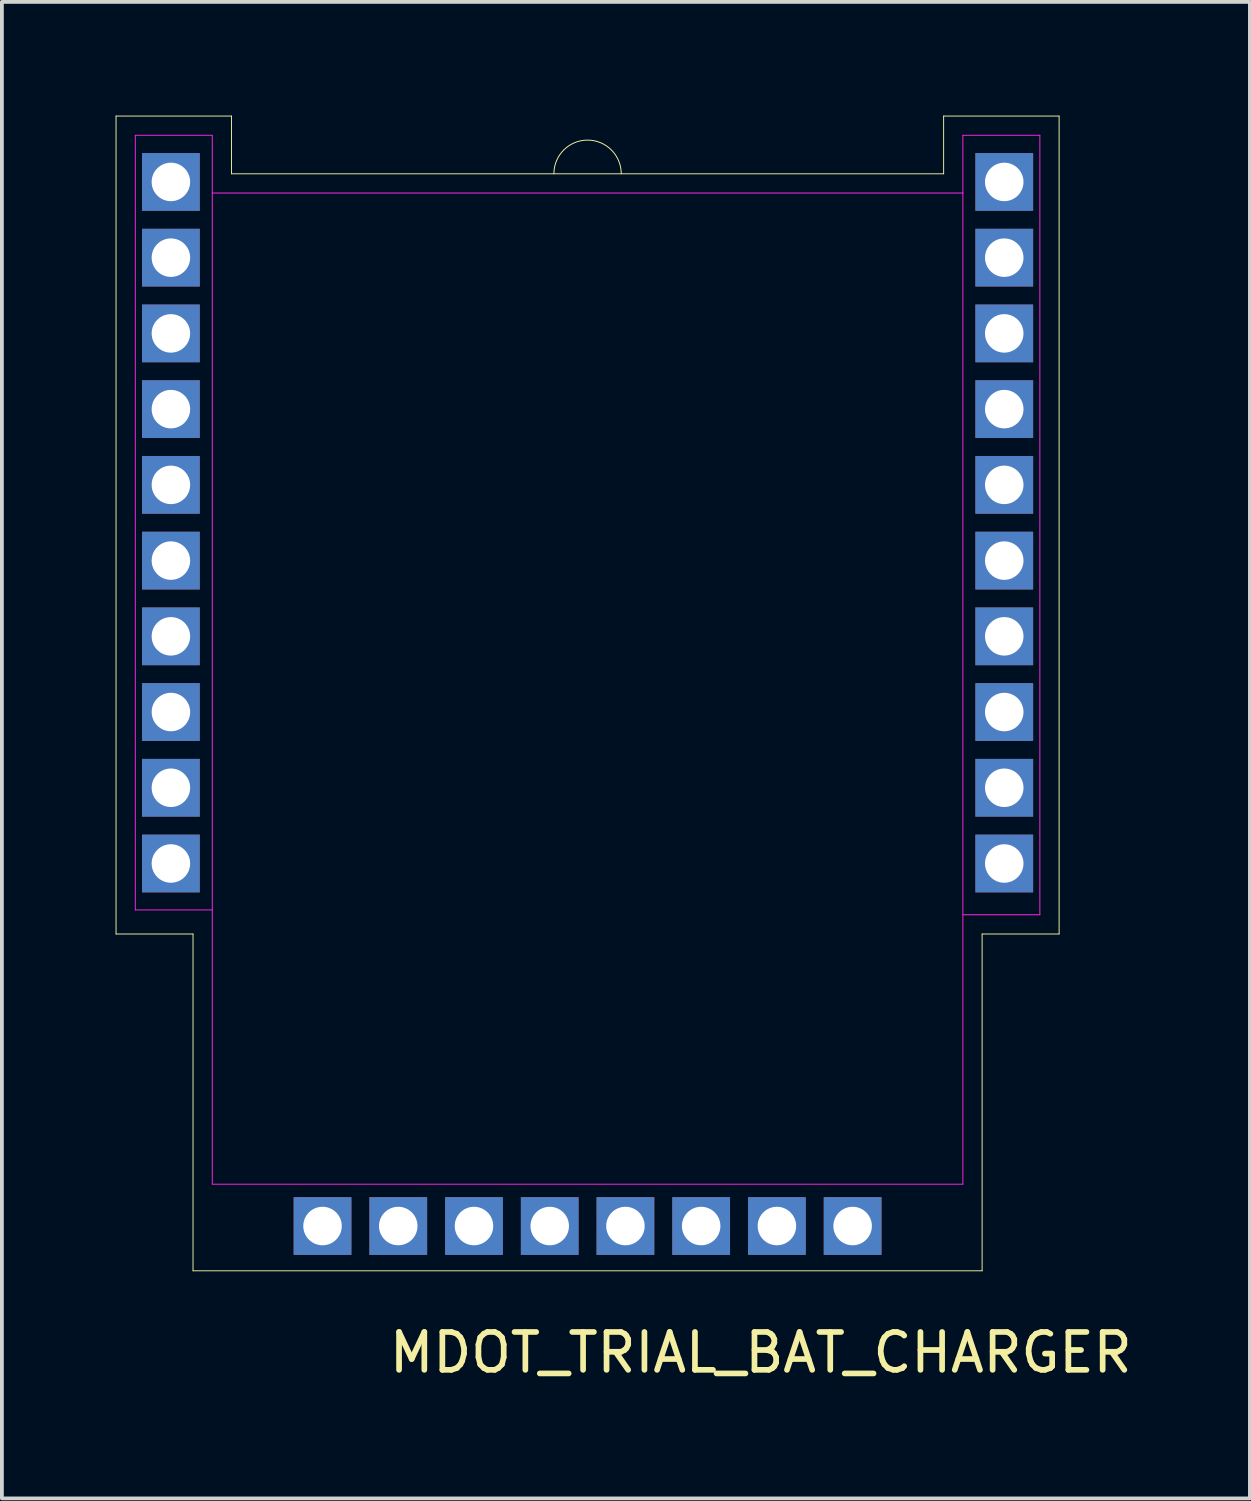
<source format=kicad_pcb>
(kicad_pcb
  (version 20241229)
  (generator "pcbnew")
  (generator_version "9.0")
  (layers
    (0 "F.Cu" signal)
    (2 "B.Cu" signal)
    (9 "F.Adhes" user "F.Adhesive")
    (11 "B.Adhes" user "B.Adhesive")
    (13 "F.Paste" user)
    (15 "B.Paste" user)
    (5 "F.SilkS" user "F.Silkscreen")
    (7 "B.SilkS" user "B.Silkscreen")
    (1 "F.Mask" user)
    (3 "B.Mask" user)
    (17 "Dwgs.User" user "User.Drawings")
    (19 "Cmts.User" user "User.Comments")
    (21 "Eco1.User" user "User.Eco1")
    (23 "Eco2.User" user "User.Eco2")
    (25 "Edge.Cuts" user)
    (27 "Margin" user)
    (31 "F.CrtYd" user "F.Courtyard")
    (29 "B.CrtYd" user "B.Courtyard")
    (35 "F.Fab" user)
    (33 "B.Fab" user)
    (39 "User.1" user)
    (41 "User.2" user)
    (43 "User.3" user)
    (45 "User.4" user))
  (footprint "MDOT_TRIAL_BAT_CHARGER"
    (layer "F.Cu")
    (at 12.459 14.745)
    (property "Reference" "MDOT_TRIAL_BAT_CHARGER" (at 4.572 17.907 0) (layer "F.SilkS") (effects (font (size 1 1) (thickness 0.15))))
    (attr through_hole)
    (fp_line (start -12.446 -14.732) (end -12.446 6.858) (stroke (width 0.025) (type solid)) (layer "F.SilkS"))
    (fp_line (start -12.446 6.858) (end -10.414 6.858) (stroke (width 0.025) (type solid)) (layer "F.SilkS"))
    (fp_line (start -10.414 6.858) (end -10.414 15.748) (stroke (width 0.025) (type solid)) (layer "F.SilkS"))
    (fp_line (start -10.414 15.748) (end 10.414 15.748) (stroke (width 0.025) (type solid)) (layer "F.SilkS"))
    (fp_line (start -9.398 -14.732) (end -12.446 -14.732) (stroke (width 0.025) (type solid)) (layer "F.SilkS"))
    (fp_line (start -9.398 -13.208) (end -9.398 -14.732) (stroke (width 0.025) (type solid)) (layer "F.SilkS"))
    (fp_line (start 9.398 -14.732) (end 9.398 -13.208) (stroke (width 0.025) (type solid)) (layer "F.SilkS"))
    (fp_line (start 9.398 -13.208) (end -9.398 -13.208) (stroke (width 0.025) (type solid)) (layer "F.SilkS"))
    (fp_line (start 10.414 6.858) (end 12.446 6.858) (stroke (width 0.025) (type solid)) (layer "F.SilkS"))
    (fp_line (start 10.414 15.748) (end 10.414 6.858) (stroke (width 0.025) (type solid)) (layer "F.SilkS"))
    (fp_line (start 12.446 -14.732) (end 9.398 -14.732) (stroke (width 0.025) (type solid)) (layer "F.SilkS"))
    (fp_line (start 12.446 6.858) (end 12.446 -14.732) (stroke (width 0.025) (type solid)) (layer "F.SilkS"))
    (fp_arc (start -0.889 -13.208) (mid 0 -14.097) (end 0.889 -13.208) (stroke (width 0.0254) (type solid)) (layer "F.SilkS"))
    (fp_line (start -11.938 -14.224) (end -11.938 6.223) (stroke (width 0.025) (type solid)) (layer "F.CrtYd"))
    (fp_line (start -11.938 6.223) (end -9.906 6.223) (stroke (width 0.025) (type solid)) (layer "F.CrtYd"))
    (fp_line (start -9.906 -14.224) (end -11.938 -14.224) (stroke (width 0.025) (type solid)) (layer "F.CrtYd"))
    (fp_line (start -9.906 -12.7) (end -9.906 -14.224) (stroke (width 0.025) (type solid)) (layer "F.CrtYd"))
    (fp_line (start -9.906 -12.7) (end 9.906 -12.7) (stroke (width 0.025) (type solid)) (layer "F.CrtYd"))
    (fp_line (start -9.906 13.462) (end -9.906 -12.7) (stroke (width 0.025) (type solid)) (layer "F.CrtYd"))
    (fp_line (start 9.906 -14.224) (end 11.938 -14.224) (stroke (width 0.025) (type solid)) (layer "F.CrtYd"))
    (fp_line (start 9.906 -12.7) (end 9.906 -14.224) (stroke (width 0.025) (type solid)) (layer "F.CrtYd"))
    (fp_line (start 9.906 -12.7) (end 9.906 13.462) (stroke (width 0.025) (type solid)) (layer "F.CrtYd"))
    (fp_line (start 9.906 13.462) (end -9.906 13.462) (stroke (width 0.025) (type solid)) (layer "F.CrtYd"))
    (fp_line (start 11.938 -14.224) (end 11.938 6.35) (stroke (width 0.025) (type solid)) (layer "F.CrtYd"))
    (fp_line (start 11.938 6.35) (end 9.906 6.35) (stroke (width 0.025) (type solid)) (layer "F.CrtYd"))
    (pad "1" thru_hole rect (at -10.998 -12.993) (size 1.524 1.524) (drill 1.016) (layers "*.Cu" "*.Mask"))
    (pad "2" thru_hole rect (at -10.998 -10.994) (size 1.524 1.524) (drill 1.016) (layers "*.Cu" "*.Mask"))
    (pad "3" thru_hole rect (at -10.998 -8.995) (size 1.524 1.524) (drill 1.016) (layers "*.Cu" "*.Mask"))
    (pad "4" thru_hole rect (at -10.998 -6.996) (size 1.524 1.524) (drill 1.016) (layers "*.Cu" "*.Mask"))
    (pad "5" thru_hole rect (at -10.998 -4.997) (size 1.524 1.524) (drill 1.016) (layers "*.Cu" "*.Mask"))
    (pad "6" thru_hole rect (at -10.998 -2.998) (size 1.524 1.524) (drill 1.016) (layers "*.Cu" "*.Mask"))
    (pad "7" thru_hole rect (at -10.998 -0.999) (size 1.524 1.524) (drill 1.016) (layers "*.Cu" "*.Mask"))
    (pad "8" thru_hole rect (at -10.998 0.999) (size 1.524 1.524) (drill 1.016) (layers "*.Cu" "*.Mask"))
    (pad "9" thru_hole rect (at -10.998 2.998) (size 1.524 1.524) (drill 1.016) (layers "*.Cu" "*.Mask"))
    (pad "10" thru_hole rect (at -10.998 4.997) (size 1.524 1.524) (drill 1.016) (layers "*.Cu" "*.Mask"))
    (pad "11" thru_hole rect (at -6.996 14.566) (size 1.524 1.524) (drill 1.016) (layers "*.Cu" "*.Mask"))
    (pad "12" thru_hole rect (at -4.997 14.566) (size 1.524 1.524) (drill 1.016) (layers "*.Cu" "*.Mask"))
    (pad "13" thru_hole rect (at -2.998 14.566) (size 1.524 1.524) (drill 1.016) (layers "*.Cu" "*.Mask"))
    (pad "14" thru_hole rect (at -0.999 14.566) (size 1.524 1.524) (drill 1.016) (layers "*.Cu" "*.Mask"))
    (pad "15" thru_hole rect (at 0.999 14.566) (size 1.524 1.524) (drill 1.016) (layers "*.Cu" "*.Mask"))
    (pad "16" thru_hole rect (at 2.998 14.566) (size 1.524 1.524) (drill 1.016) (layers "*.Cu" "*.Mask"))
    (pad "17" thru_hole rect (at 4.997 14.566) (size 1.524 1.524) (drill 1.016) (layers "*.Cu" "*.Mask"))
    (pad "18" thru_hole rect (at 6.996 14.566) (size 1.524 1.524) (drill 1.016) (layers "*.Cu" "*.Mask"))
    (pad "19" thru_hole rect (at 10.998 4.997) (size 1.524 1.524) (drill 1.016) (layers "*.Cu" "*.Mask"))
    (pad "20" thru_hole rect (at 10.998 2.998) (size 1.524 1.524) (drill 1.016) (layers "*.Cu" "*.Mask"))
    (pad "21" thru_hole rect (at 10.998 0.999) (size 1.524 1.524) (drill 1.016) (layers "*.Cu" "*.Mask"))
    (pad "22" thru_hole rect (at 10.998 -0.999) (size 1.524 1.524) (drill 1.016) (layers "*.Cu" "*.Mask"))
    (pad "23" thru_hole rect (at 10.998 -2.998) (size 1.524 1.524) (drill 1.016) (layers "*.Cu" "*.Mask"))
    (pad "24" thru_hole rect (at 10.998 -4.997) (size 1.524 1.524) (drill 1.016) (layers "*.Cu" "*.Mask"))
    (pad "25" thru_hole rect (at 10.998 -6.996) (size 1.524 1.524) (drill 1.016) (layers "*.Cu" "*.Mask"))
    (pad "26" thru_hole rect (at 10.998 -8.995) (size 1.524 1.524) (drill 1.016) (layers "*.Cu" "*.Mask"))
    (pad "27" thru_hole rect (at 10.998 -10.994) (size 1.524 1.524) (drill 1.016) (layers "*.Cu" "*.Mask"))
    (pad "28" thru_hole rect (at 10.998 -12.993) (size 1.524 1.524) (drill 1.016) (layers "*.Cu" "*.Mask")))
  (gr_rect
    (start -3 -3)
    (end 29.941 36.5)
    (stroke (width 0.1) (type default))
    (fill no)
    (layer "Edge.Cuts")))
</source>
